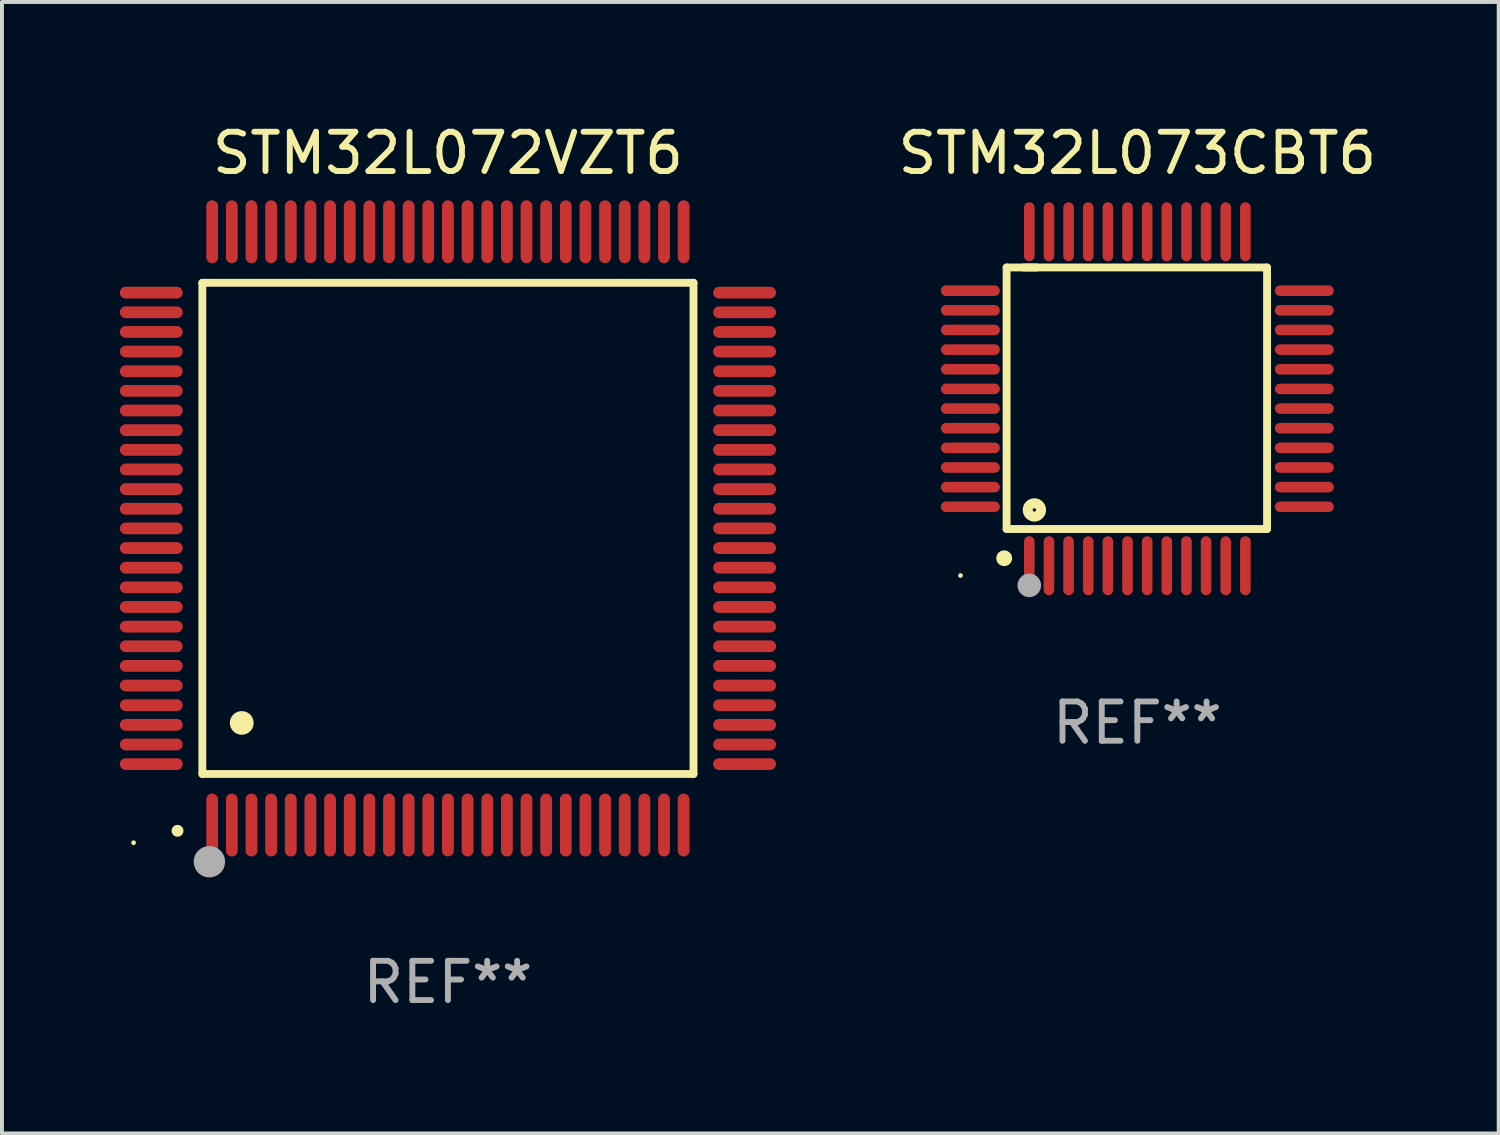
<source format=kicad_pcb>
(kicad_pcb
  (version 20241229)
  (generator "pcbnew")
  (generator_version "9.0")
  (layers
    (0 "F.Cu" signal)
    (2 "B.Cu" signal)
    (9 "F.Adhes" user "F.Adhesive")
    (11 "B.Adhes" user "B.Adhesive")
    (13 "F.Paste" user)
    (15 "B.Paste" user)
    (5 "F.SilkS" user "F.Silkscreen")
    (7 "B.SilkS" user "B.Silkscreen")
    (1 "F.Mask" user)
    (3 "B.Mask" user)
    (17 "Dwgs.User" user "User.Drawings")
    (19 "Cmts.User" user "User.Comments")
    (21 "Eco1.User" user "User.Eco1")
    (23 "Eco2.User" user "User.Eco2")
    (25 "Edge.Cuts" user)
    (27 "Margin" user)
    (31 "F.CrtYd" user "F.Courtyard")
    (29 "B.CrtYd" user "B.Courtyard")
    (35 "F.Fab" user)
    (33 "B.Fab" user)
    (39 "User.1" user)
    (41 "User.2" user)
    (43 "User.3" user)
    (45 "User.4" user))
  (footprint "STM32L072VZT6"
    (layer "F.Cu")
    (at 8.35 10.398)
    (property "Reference" "STM32L072VZT6" (at 0 -9.55 0) (layer "F.SilkS") (effects (font (size 1 1) (thickness 0.15))))
    (attr through_hole)
    (fp_line (start -6.25 -6.25) (end -6.25 6.25) (stroke (width 0.2) (type solid)) (layer "F.SilkS"))
    (fp_line (start -6.25 6.25) (end 6.25 6.25) (stroke (width 0.2) (type solid)) (layer "F.SilkS"))
    (fp_line (start 6.25 -6.25) (end -6.25 -6.25) (stroke (width 0.2) (type solid)) (layer "F.SilkS"))
    (fp_line (start 6.25 6.25) (end 6.25 -6.25) (stroke (width 0.2) (type solid)) (layer "F.SilkS"))
    (fp_arc (start -6.883414 7.696215) (mid -6.882144 7.69621) (end -6.880874 7.696215) (stroke (width 0.3) (type solid)) (layer "F.SilkS"))
    (fp_arc (start -5.250191 4.95047) (mid -5.247651 4.950459) (end -5.245111 4.95047) (stroke (width 0.6) (type solid)) (layer "F.SilkS"))
    (fp_circle (center -8 8) (end -7.97 8) (stroke (width 0.06) (type solid)) (fill no) (layer "F.SilkS"))
    (fp_circle (center -6.071 8.484) (end -5.871 8.484) (stroke (width 0.4) (type solid)) (fill no) (layer "F.Fab"))
    (fp_text user "REF**" (at 0 11.55 0) (layer "F.Fab") (effects (font (size 1 1) (thickness 0.15))))
    (pad "1" smd oval (at -6 7.55) (size 0.3 1.6) (layers "F.Cu" "F.Mask" "F.Paste"))
    (pad "2" smd oval (at -5.5 7.55) (size 0.3 1.6) (layers "F.Cu" "F.Mask" "F.Paste"))
    (pad "3" smd oval (at -5 7.55) (size 0.3 1.6) (layers "F.Cu" "F.Mask" "F.Paste"))
    (pad "4" smd oval (at -4.5 7.55) (size 0.3 1.6) (layers "F.Cu" "F.Mask" "F.Paste"))
    (pad "5" smd oval (at -4 7.55) (size 0.3 1.6) (layers "F.Cu" "F.Mask" "F.Paste"))
    (pad "6" smd oval (at -3.5 7.55) (size 0.3 1.6) (layers "F.Cu" "F.Mask" "F.Paste"))
    (pad "7" smd oval (at -3 7.55) (size 0.3 1.6) (layers "F.Cu" "F.Mask" "F.Paste"))
    (pad "8" smd oval (at -2.5 7.55) (size 0.3 1.6) (layers "F.Cu" "F.Mask" "F.Paste"))
    (pad "9" smd oval (at -2 7.55) (size 0.3 1.6) (layers "F.Cu" "F.Mask" "F.Paste"))
    (pad "10" smd oval (at -1.5 7.55) (size 0.3 1.6) (layers "F.Cu" "F.Mask" "F.Paste"))
    (pad "11" smd oval (at -1 7.55) (size 0.3 1.6) (layers "F.Cu" "F.Mask" "F.Paste"))
    (pad "12" smd oval (at -0.5 7.55) (size 0.3 1.6) (layers "F.Cu" "F.Mask" "F.Paste"))
    (pad "13" smd oval (at 0 7.55) (size 0.3 1.6) (layers "F.Cu" "F.Mask" "F.Paste"))
    (pad "14" smd oval (at 0.5 7.55) (size 0.3 1.6) (layers "F.Cu" "F.Mask" "F.Paste"))
    (pad "15" smd oval (at 1 7.55) (size 0.3 1.6) (layers "F.Cu" "F.Mask" "F.Paste"))
    (pad "16" smd oval (at 1.5 7.55) (size 0.3 1.6) (layers "F.Cu" "F.Mask" "F.Paste"))
    (pad "17" smd oval (at 2 7.55) (size 0.3 1.6) (layers "F.Cu" "F.Mask" "F.Paste"))
    (pad "18" smd oval (at 2.5 7.55) (size 0.3 1.6) (layers "F.Cu" "F.Mask" "F.Paste"))
    (pad "19" smd oval (at 3 7.55) (size 0.3 1.6) (layers "F.Cu" "F.Mask" "F.Paste"))
    (pad "20" smd oval (at 3.5 7.55) (size 0.3 1.6) (layers "F.Cu" "F.Mask" "F.Paste"))
    (pad "21" smd oval (at 4 7.55) (size 0.3 1.6) (layers "F.Cu" "F.Mask" "F.Paste"))
    (pad "22" smd oval (at 4.5 7.55) (size 0.3 1.6) (layers "F.Cu" "F.Mask" "F.Paste"))
    (pad "23" smd oval (at 5 7.55) (size 0.3 1.6) (layers "F.Cu" "F.Mask" "F.Paste"))
    (pad "24" smd oval (at 5.5 7.55) (size 0.3 1.6) (layers "F.Cu" "F.Mask" "F.Paste"))
    (pad "25" smd oval (at 6 7.55) (size 0.3 1.6) (layers "F.Cu" "F.Mask" "F.Paste"))
    (pad "26" smd oval (at 7.55 6) (size 1.6 0.3) (layers "F.Cu" "F.Mask" "F.Paste"))
    (pad "27" smd oval (at 7.55 5.5) (size 1.6 0.3) (layers "F.Cu" "F.Mask" "F.Paste"))
    (pad "28" smd oval (at 7.55 5) (size 1.6 0.3) (layers "F.Cu" "F.Mask" "F.Paste"))
    (pad "29" smd oval (at 7.55 4.5) (size 1.6 0.3) (layers "F.Cu" "F.Mask" "F.Paste"))
    (pad "30" smd oval (at 7.55 4) (size 1.6 0.3) (layers "F.Cu" "F.Mask" "F.Paste"))
    (pad "31" smd oval (at 7.55 3.5) (size 1.6 0.3) (layers "F.Cu" "F.Mask" "F.Paste"))
    (pad "32" smd oval (at 7.55 3) (size 1.6 0.3) (layers "F.Cu" "F.Mask" "F.Paste"))
    (pad "33" smd oval (at 7.55 2.5) (size 1.6 0.3) (layers "F.Cu" "F.Mask" "F.Paste"))
    (pad "34" smd oval (at 7.55 2) (size 1.6 0.3) (layers "F.Cu" "F.Mask" "F.Paste"))
    (pad "35" smd oval (at 7.55 1.5) (size 1.6 0.3) (layers "F.Cu" "F.Mask" "F.Paste"))
    (pad "36" smd oval (at 7.55 1) (size 1.6 0.3) (layers "F.Cu" "F.Mask" "F.Paste"))
    (pad "37" smd oval (at 7.55 0.5) (size 1.6 0.3) (layers "F.Cu" "F.Mask" "F.Paste"))
    (pad "38" smd oval (at 7.55 0) (size 1.6 0.3) (layers "F.Cu" "F.Mask" "F.Paste"))
    (pad "39" smd oval (at 7.55 -0.5) (size 1.6 0.3) (layers "F.Cu" "F.Mask" "F.Paste"))
    (pad "40" smd oval (at 7.55 -1) (size 1.6 0.3) (layers "F.Cu" "F.Mask" "F.Paste"))
    (pad "41" smd oval (at 7.55 -1.5) (size 1.6 0.3) (layers "F.Cu" "F.Mask" "F.Paste"))
    (pad "42" smd oval (at 7.55 -2) (size 1.6 0.3) (layers "F.Cu" "F.Mask" "F.Paste"))
    (pad "43" smd oval (at 7.55 -2.5) (size 1.6 0.3) (layers "F.Cu" "F.Mask" "F.Paste"))
    (pad "44" smd oval (at 7.55 -3) (size 1.6 0.3) (layers "F.Cu" "F.Mask" "F.Paste"))
    (pad "45" smd oval (at 7.55 -3.5) (size 1.6 0.3) (layers "F.Cu" "F.Mask" "F.Paste"))
    (pad "46" smd oval (at 7.55 -4) (size 1.6 0.3) (layers "F.Cu" "F.Mask" "F.Paste"))
    (pad "47" smd oval (at 7.55 -4.5) (size 1.6 0.3) (layers "F.Cu" "F.Mask" "F.Paste"))
    (pad "48" smd oval (at 7.55 -5) (size 1.6 0.3) (layers "F.Cu" "F.Mask" "F.Paste"))
    (pad "49" smd oval (at 7.55 -5.5) (size 1.6 0.3) (layers "F.Cu" "F.Mask" "F.Paste"))
    (pad "50" smd oval (at 7.55 -6) (size 1.6 0.3) (layers "F.Cu" "F.Mask" "F.Paste"))
    (pad "51" smd oval (at 6 -7.55) (size 0.3 1.6) (layers "F.Cu" "F.Mask" "F.Paste"))
    (pad "52" smd oval (at 5.5 -7.55) (size 0.3 1.6) (layers "F.Cu" "F.Mask" "F.Paste"))
    (pad "53" smd oval (at 5 -7.55) (size 0.3 1.6) (layers "F.Cu" "F.Mask" "F.Paste"))
    (pad "54" smd oval (at 4.5 -7.55) (size 0.3 1.6) (layers "F.Cu" "F.Mask" "F.Paste"))
    (pad "55" smd oval (at 4 -7.55) (size 0.3 1.6) (layers "F.Cu" "F.Mask" "F.Paste"))
    (pad "56" smd oval (at 3.5 -7.55) (size 0.3 1.6) (layers "F.Cu" "F.Mask" "F.Paste"))
    (pad "57" smd oval (at 3 -7.55) (size 0.3 1.6) (layers "F.Cu" "F.Mask" "F.Paste"))
    (pad "58" smd oval (at 2.5 -7.55) (size 0.3 1.6) (layers "F.Cu" "F.Mask" "F.Paste"))
    (pad "59" smd oval (at 2 -7.55) (size 0.3 1.6) (layers "F.Cu" "F.Mask" "F.Paste"))
    (pad "60" smd oval (at 1.5 -7.55) (size 0.3 1.6) (layers "F.Cu" "F.Mask" "F.Paste"))
    (pad "61" smd oval (at 1 -7.55) (size 0.3 1.6) (layers "F.Cu" "F.Mask" "F.Paste"))
    (pad "62" smd oval (at 0.5 -7.55) (size 0.3 1.6) (layers "F.Cu" "F.Mask" "F.Paste"))
    (pad "63" smd oval (at 0 -7.55) (size 0.3 1.6) (layers "F.Cu" "F.Mask" "F.Paste"))
    (pad "64" smd oval (at -0.5 -7.55) (size 0.3 1.6) (layers "F.Cu" "F.Mask" "F.Paste"))
    (pad "65" smd oval (at -1 -7.55) (size 0.3 1.6) (layers "F.Cu" "F.Mask" "F.Paste"))
    (pad "66" smd oval (at -1.5 -7.55) (size 0.3 1.6) (layers "F.Cu" "F.Mask" "F.Paste"))
    (pad "67" smd oval (at -2 -7.55) (size 0.3 1.6) (layers "F.Cu" "F.Mask" "F.Paste"))
    (pad "68" smd oval (at -2.5 -7.55) (size 0.3 1.6) (layers "F.Cu" "F.Mask" "F.Paste"))
    (pad "69" smd oval (at -3 -7.55) (size 0.3 1.6) (layers "F.Cu" "F.Mask" "F.Paste"))
    (pad "70" smd oval (at -3.5 -7.55) (size 0.3 1.6) (layers "F.Cu" "F.Mask" "F.Paste"))
    (pad "71" smd oval (at -4 -7.55) (size 0.3 1.6) (layers "F.Cu" "F.Mask" "F.Paste"))
    (pad "72" smd oval (at -4.5 -7.55) (size 0.3 1.6) (layers "F.Cu" "F.Mask" "F.Paste"))
    (pad "73" smd oval (at -5 -7.55) (size 0.3 1.6) (layers "F.Cu" "F.Mask" "F.Paste"))
    (pad "74" smd oval (at -5.5 -7.55) (size 0.3 1.6) (layers "F.Cu" "F.Mask" "F.Paste"))
    (pad "75" smd oval (at -6 -7.55) (size 0.3 1.6) (layers "F.Cu" "F.Mask" "F.Paste"))
    (pad "76" smd oval (at -7.55 -6) (size 1.6 0.3) (layers "F.Cu" "F.Mask" "F.Paste"))
    (pad "77" smd oval (at -7.55 -5.5) (size 1.6 0.3) (layers "F.Cu" "F.Mask" "F.Paste"))
    (pad "78" smd oval (at -7.55 -5) (size 1.6 0.3) (layers "F.Cu" "F.Mask" "F.Paste"))
    (pad "79" smd oval (at -7.55 -4.5) (size 1.6 0.3) (layers "F.Cu" "F.Mask" "F.Paste"))
    (pad "80" smd oval (at -7.55 -4) (size 1.6 0.3) (layers "F.Cu" "F.Mask" "F.Paste"))
    (pad "81" smd oval (at -7.55 -3.5) (size 1.6 0.3) (layers "F.Cu" "F.Mask" "F.Paste"))
    (pad "82" smd oval (at -7.55 -3) (size 1.6 0.3) (layers "F.Cu" "F.Mask" "F.Paste"))
    (pad "83" smd oval (at -7.55 -2.5) (size 1.6 0.3) (layers "F.Cu" "F.Mask" "F.Paste"))
    (pad "84" smd oval (at -7.55 -2) (size 1.6 0.3) (layers "F.Cu" "F.Mask" "F.Paste"))
    (pad "85" smd oval (at -7.55 -1.5) (size 1.6 0.3) (layers "F.Cu" "F.Mask" "F.Paste"))
    (pad "86" smd oval (at -7.55 -1) (size 1.6 0.3) (layers "F.Cu" "F.Mask" "F.Paste"))
    (pad "87" smd oval (at -7.55 -0.5) (size 1.6 0.3) (layers "F.Cu" "F.Mask" "F.Paste"))
    (pad "88" smd oval (at -7.55 0) (size 1.6 0.3) (layers "F.Cu" "F.Mask" "F.Paste"))
    (pad "89" smd oval (at -7.55 0.5) (size 1.6 0.3) (layers "F.Cu" "F.Mask" "F.Paste"))
    (pad "90" smd oval (at -7.55 1) (size 1.6 0.3) (layers "F.Cu" "F.Mask" "F.Paste"))
    (pad "91" smd oval (at -7.55 1.5) (size 1.6 0.3) (layers "F.Cu" "F.Mask" "F.Paste"))
    (pad "92" smd oval (at -7.55 2) (size 1.6 0.3) (layers "F.Cu" "F.Mask" "F.Paste"))
    (pad "93" smd oval (at -7.55 2.5) (size 1.6 0.3) (layers "F.Cu" "F.Mask" "F.Paste"))
    (pad "94" smd oval (at -7.55 3) (size 1.6 0.3) (layers "F.Cu" "F.Mask" "F.Paste"))
    (pad "95" smd oval (at -7.55 3.5) (size 1.6 0.3) (layers "F.Cu" "F.Mask" "F.Paste"))
    (pad "96" smd oval (at -7.55 4) (size 1.6 0.3) (layers "F.Cu" "F.Mask" "F.Paste"))
    (pad "97" smd oval (at -7.55 4.5) (size 1.6 0.3) (layers "F.Cu" "F.Mask" "F.Paste"))
    (pad "98" smd oval (at -7.55 5) (size 1.6 0.3) (layers "F.Cu" "F.Mask" "F.Paste"))
    (pad "99" smd oval (at -7.55 5.5) (size 1.6 0.3) (layers "F.Cu" "F.Mask" "F.Paste"))
    (pad "100" smd oval (at -7.55 6) (size 1.6 0.3) (layers "F.Cu" "F.Mask" "F.Paste")))
  (footprint "STM32L073CBT6"
    (layer "F.Cu")
    (at 25.896 7.098)
    (property "Reference" "STM32L073CBT6" (at 0 -6.25 0) (layer "F.SilkS") (effects (font (size 1 1) (thickness 0.15))))
    (attr through_hole)
    (fp_line (start -3.327 -3.34) (end -2.565 -3.34) (stroke (width 0.2) (type solid)) (layer "F.SilkS"))
    (fp_line (start -3.327 3.315) (end -3.327 -3.34) (stroke (width 0.2) (type solid)) (layer "F.SilkS"))
    (fp_line (start -2.896 -3.34) (end 3.302 -3.34) (stroke (width 0.2) (type solid)) (layer "F.SilkS"))
    (fp_line (start 3.302 -3.34) (end 3.302 3.315) (stroke (width 0.2) (type solid)) (layer "F.SilkS"))
    (fp_line (start 3.302 3.315) (end -3.327 3.315) (stroke (width 0.2) (type solid)) (layer "F.SilkS"))
    (fp_arc (start -3.389992 4.059995) (mid -3.388722 4.059991) (end -3.387452 4.059995) (stroke (width 0.4) (type solid)) (layer "F.SilkS"))
    (fp_circle (center -4.5 4.5) (end -4.47 4.5) (stroke (width 0.06) (type solid)) (fill no) (layer "F.SilkS"))
    (fp_circle (center -2.62 2.83) (end -2.45 2.83) (stroke (width 0.254) (type solid)) (fill no) (layer "F.SilkS"))
    (fp_circle (center -2.75 4.75) (end -2.6 4.75) (stroke (width 0.3) (type solid)) (fill no) (layer "F.Fab"))
    (fp_text user "REF**" (at 0 8.25 0) (layer "F.Fab") (effects (font (size 1 1) (thickness 0.15))))
    (pad "1" smd oval (at -2.75 4.25) (size 0.27 1.5) (layers "F.Cu" "F.Mask" "F.Paste"))
    (pad "2" smd oval (at -2.25 4.25) (size 0.27 1.5) (layers "F.Cu" "F.Mask" "F.Paste"))
    (pad "3" smd oval (at -1.75 4.25) (size 0.27 1.5) (layers "F.Cu" "F.Mask" "F.Paste"))
    (pad "4" smd oval (at -1.25 4.25) (size 0.27 1.5) (layers "F.Cu" "F.Mask" "F.Paste"))
    (pad "5" smd oval (at -0.75 4.25) (size 0.27 1.5) (layers "F.Cu" "F.Mask" "F.Paste"))
    (pad "6" smd oval (at -0.25 4.25) (size 0.27 1.5) (layers "F.Cu" "F.Mask" "F.Paste"))
    (pad "7" smd oval (at 0.25 4.25) (size 0.27 1.5) (layers "F.Cu" "F.Mask" "F.Paste"))
    (pad "8" smd oval (at 0.75 4.25) (size 0.27 1.5) (layers "F.Cu" "F.Mask" "F.Paste"))
    (pad "9" smd oval (at 1.25 4.25) (size 0.27 1.5) (layers "F.Cu" "F.Mask" "F.Paste"))
    (pad "10" smd oval (at 1.75 4.25) (size 0.27 1.5) (layers "F.Cu" "F.Mask" "F.Paste"))
    (pad "11" smd oval (at 2.25 4.25) (size 0.27 1.5) (layers "F.Cu" "F.Mask" "F.Paste"))
    (pad "12" smd oval (at 2.75 4.25) (size 0.27 1.5) (layers "F.Cu" "F.Mask" "F.Paste"))
    (pad "13" smd oval (at 4.25 2.75) (size 1.5 0.27) (layers "F.Cu" "F.Mask" "F.Paste"))
    (pad "14" smd oval (at 4.25 2.25) (size 1.5 0.27) (layers "F.Cu" "F.Mask" "F.Paste"))
    (pad "15" smd oval (at 4.25 1.75) (size 1.5 0.27) (layers "F.Cu" "F.Mask" "F.Paste"))
    (pad "16" smd oval (at 4.25 1.25) (size 1.5 0.27) (layers "F.Cu" "F.Mask" "F.Paste"))
    (pad "17" smd oval (at 4.25 0.75) (size 1.5 0.27) (layers "F.Cu" "F.Mask" "F.Paste"))
    (pad "18" smd oval (at 4.25 0.25) (size 1.5 0.27) (layers "F.Cu" "F.Mask" "F.Paste"))
    (pad "19" smd oval (at 4.25 -0.25) (size 1.5 0.27) (layers "F.Cu" "F.Mask" "F.Paste"))
    (pad "20" smd oval (at 4.25 -0.75) (size 1.5 0.27) (layers "F.Cu" "F.Mask" "F.Paste"))
    (pad "21" smd oval (at 4.25 -1.25) (size 1.5 0.27) (layers "F.Cu" "F.Mask" "F.Paste"))
    (pad "22" smd oval (at 4.25 -1.75) (size 1.5 0.27) (layers "F.Cu" "F.Mask" "F.Paste"))
    (pad "23" smd oval (at 4.25 -2.25) (size 1.5 0.27) (layers "F.Cu" "F.Mask" "F.Paste"))
    (pad "24" smd oval (at 4.25 -2.75) (size 1.5 0.27) (layers "F.Cu" "F.Mask" "F.Paste"))
    (pad "25" smd oval (at 2.75 -4.25) (size 0.27 1.5) (layers "F.Cu" "F.Mask" "F.Paste"))
    (pad "26" smd oval (at 2.25 -4.25) (size 0.27 1.5) (layers "F.Cu" "F.Mask" "F.Paste"))
    (pad "27" smd oval (at 1.75 -4.25) (size 0.27 1.5) (layers "F.Cu" "F.Mask" "F.Paste"))
    (pad "28" smd oval (at 1.25 -4.25) (size 0.27 1.5) (layers "F.Cu" "F.Mask" "F.Paste"))
    (pad "29" smd oval (at 0.75 -4.25) (size 0.27 1.5) (layers "F.Cu" "F.Mask" "F.Paste"))
    (pad "30" smd oval (at 0.25 -4.25) (size 0.27 1.5) (layers "F.Cu" "F.Mask" "F.Paste"))
    (pad "31" smd oval (at -0.25 -4.25) (size 0.27 1.5) (layers "F.Cu" "F.Mask" "F.Paste"))
    (pad "32" smd oval (at -0.75 -4.25) (size 0.27 1.5) (layers "F.Cu" "F.Mask" "F.Paste"))
    (pad "33" smd oval (at -1.25 -4.25) (size 0.27 1.5) (layers "F.Cu" "F.Mask" "F.Paste"))
    (pad "34" smd oval (at -1.75 -4.25) (size 0.27 1.5) (layers "F.Cu" "F.Mask" "F.Paste"))
    (pad "35" smd oval (at -2.25 -4.25) (size 0.27 1.5) (layers "F.Cu" "F.Mask" "F.Paste"))
    (pad "36" smd oval (at -2.75 -4.25) (size 0.27 1.5) (layers "F.Cu" "F.Mask" "F.Paste"))
    (pad "37" smd oval (at -4.25 -2.75) (size 1.5 0.27) (layers "F.Cu" "F.Mask" "F.Paste"))
    (pad "38" smd oval (at -4.25 -2.25) (size 1.5 0.27) (layers "F.Cu" "F.Mask" "F.Paste"))
    (pad "39" smd oval (at -4.25 -1.75) (size 1.5 0.27) (layers "F.Cu" "F.Mask" "F.Paste"))
    (pad "40" smd oval (at -4.25 -1.25) (size 1.5 0.27) (layers "F.Cu" "F.Mask" "F.Paste"))
    (pad "41" smd oval (at -4.25 -0.75) (size 1.5 0.27) (layers "F.Cu" "F.Mask" "F.Paste"))
    (pad "42" smd oval (at -4.25 -0.25) (size 1.5 0.27) (layers "F.Cu" "F.Mask" "F.Paste"))
    (pad "43" smd oval (at -4.25 0.25) (size 1.5 0.27) (layers "F.Cu" "F.Mask" "F.Paste"))
    (pad "44" smd oval (at -4.25 0.75) (size 1.5 0.27) (layers "F.Cu" "F.Mask" "F.Paste"))
    (pad "45" smd oval (at -4.25 1.25) (size 1.5 0.27) (layers "F.Cu" "F.Mask" "F.Paste"))
    (pad "46" smd oval (at -4.25 1.75) (size 1.5 0.27) (layers "F.Cu" "F.Mask" "F.Paste"))
    (pad "47" smd oval (at -4.25 2.25) (size 1.5 0.27) (layers "F.Cu" "F.Mask" "F.Paste"))
    (pad "48" smd oval (at -4.25 2.75) (size 1.5 0.27) (layers "F.Cu" "F.Mask" "F.Paste")))
  (gr_rect
    (start -3 -3)
    (end 35.093 25.796)
    (stroke (width 0.1) (type default))
    (fill no)
    (layer "Edge.Cuts")))
</source>
